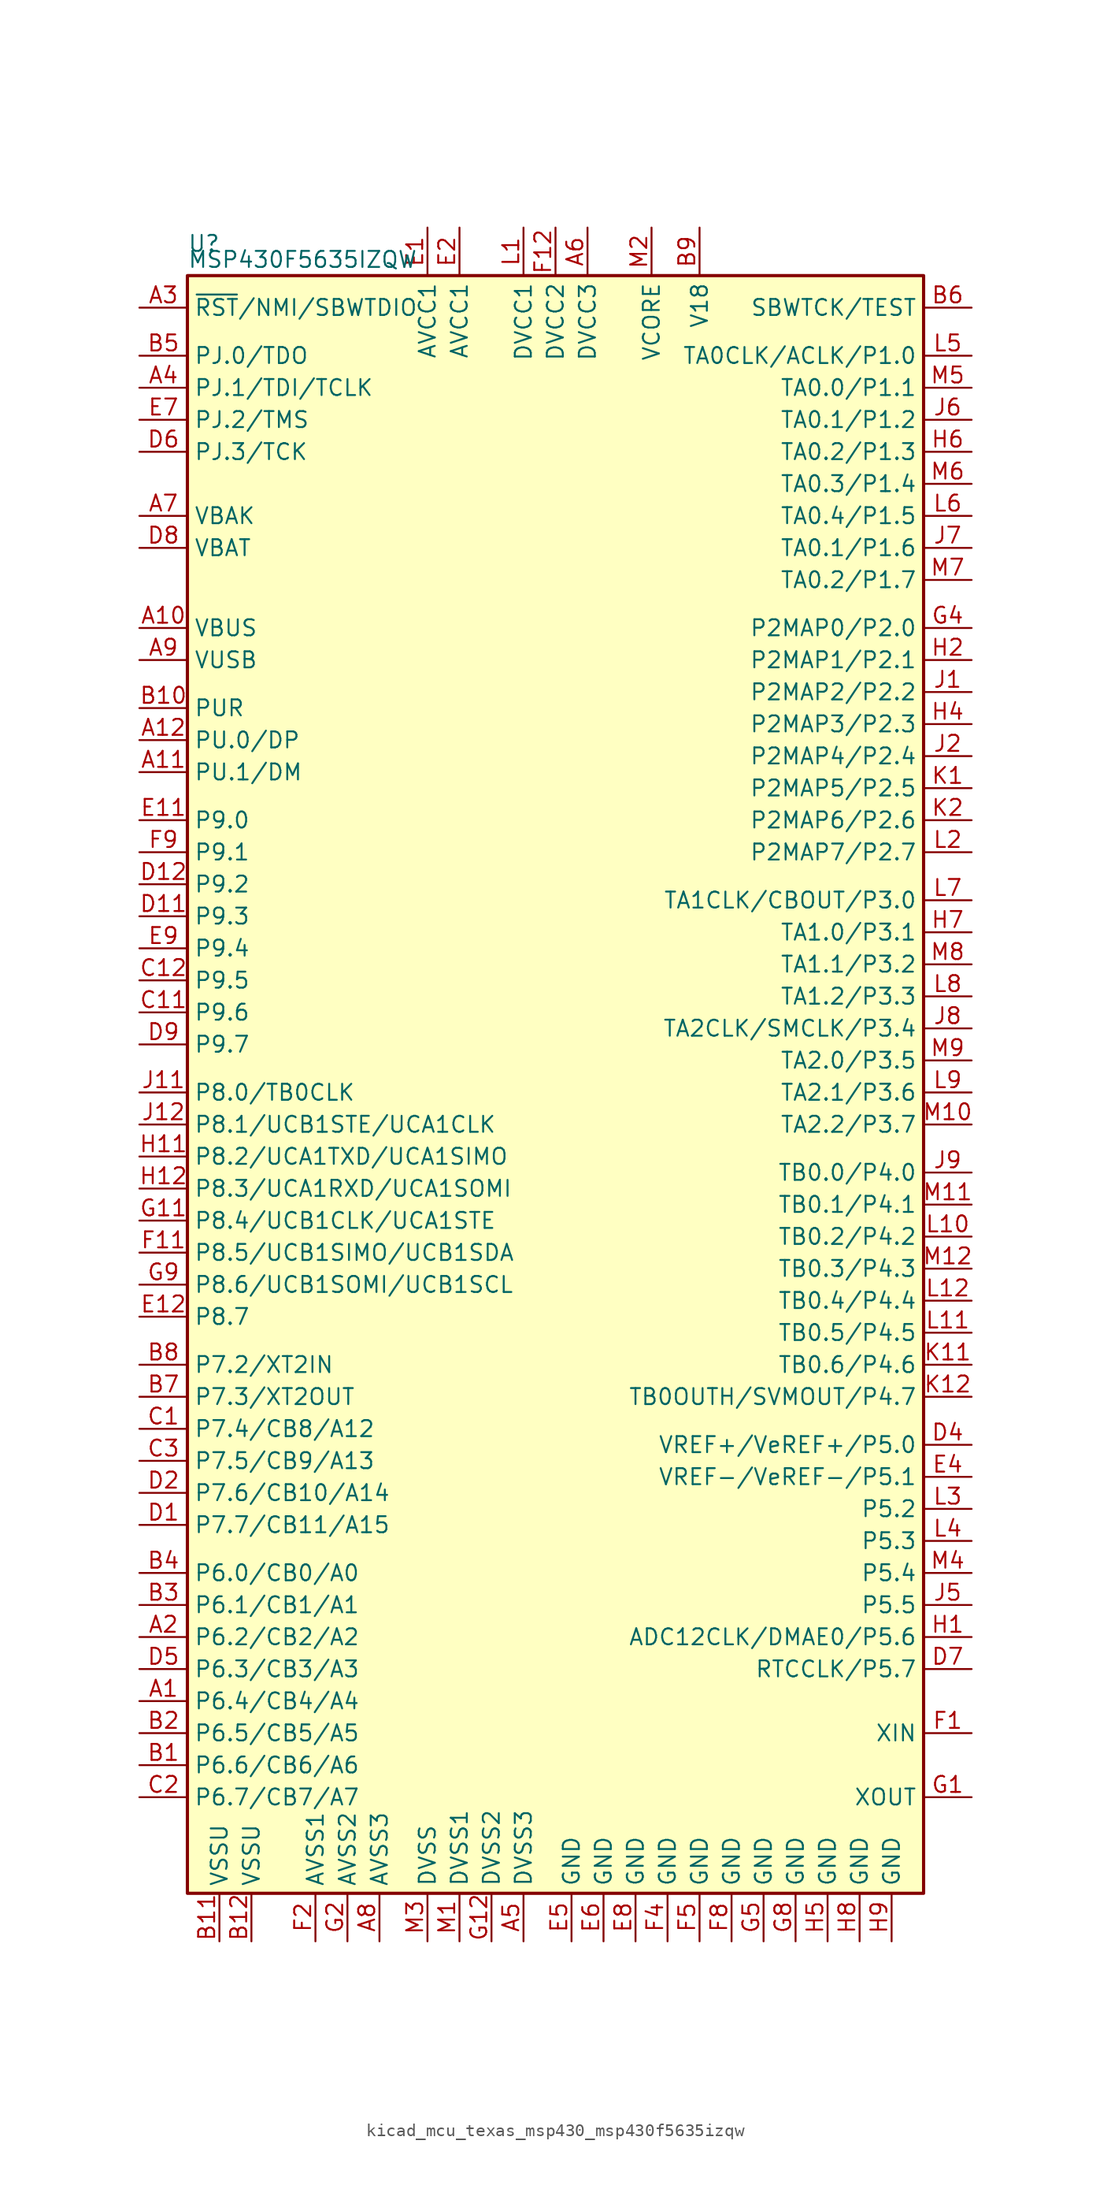
<source format=kicad_sym>
(kicad_symbol_lib
  (version 20220914)
  (generator kicad_symbol_editor)
  (symbol "kicad_mcu_texas_msp430_msp430f5635izqw"
    (property "Reference" "U"
      (at -29.21 66.04 0)
      (effects (font (size 1.27 1.27)) (justify left)))
    (property "Value" "MSP430F5635IZQW"
      (at -29.21 64.77 0)
      (effects (font (size 1.27 1.27)) (justify left)))
    (symbol "kicad_mcu_texas_msp430_msp430f5635izqw_0_1"
      (rectangle (start -29.21 63.5) (end 29.21 -64.77) (stroke (width 0.254) (type default)) (fill (type background))))
    (symbol "kicad_mcu_texas_msp430_msp430f5635izqw_1_1"
      (pin bidirectional line (at -33.02 -49.53 0) (length 3.81) (name "P6.4/CB4/A4" (effects (font (size 1.27 1.27)))) (number "A1" (effects (font (size 1.27 1.27)))))
      (pin bidirectional line (at -33.02 35.56 0) (length 3.81) (name "VBUS" (effects (font (size 1.27 1.27)))) (number "A10" (effects (font (size 1.27 1.27)))))
      (pin bidirectional line (at -33.02 24.13 0) (length 3.81) (name "PU.1/DM" (effects (font (size 1.27 1.27)))) (number "A11" (effects (font (size 1.27 1.27)))))
      (pin bidirectional line (at -33.02 26.67 0) (length 3.81) (name "PU.0/DP" (effects (font (size 1.27 1.27)))) (number "A12" (effects (font (size 1.27 1.27)))))
      (pin bidirectional line (at -33.02 -44.45 0) (length 3.81) (name "P6.2/CB2/A2" (effects (font (size 1.27 1.27)))) (number "A2" (effects (font (size 1.27 1.27)))))
      (pin input line (at -33.02 60.96 0) (length 3.81) (name "~{RST}/NMI/SBWTDIO" (effects (font (size 1.27 1.27)))) (number "A3" (effects (font (size 1.27 1.27)))))
      (pin bidirectional line (at -33.02 54.61 0) (length 3.81) (name "PJ.1/TDI/TCLK" (effects (font (size 1.27 1.27)))) (number "A4" (effects (font (size 1.27 1.27)))))
      (pin power_in line (at -2.54 -68.58 90) (length 3.81) (name "DVSS3" (effects (font (size 1.27 1.27)))) (number "A5" (effects (font (size 1.27 1.27)))))
      (pin power_in line (at 2.54 67.31 270) (length 3.81) (name "DVCC3" (effects (font (size 1.27 1.27)))) (number "A6" (effects (font (size 1.27 1.27)))))
      (pin bidirectional line (at -33.02 44.45 0) (length 3.81) (name "VBAK" (effects (font (size 1.27 1.27)))) (number "A7" (effects (font (size 1.27 1.27)))))
      (pin power_in line (at -13.97 -68.58 90) (length 3.81) (name "AVSS3" (effects (font (size 1.27 1.27)))) (number "A8" (effects (font (size 1.27 1.27)))))
      (pin bidirectional line (at -33.02 33.02 0) (length 3.81) (name "VUSB" (effects (font (size 1.27 1.27)))) (number "A9" (effects (font (size 1.27 1.27)))))
      (pin bidirectional line (at -33.02 -54.61 0) (length 3.81) (name "P6.6/CB6/A6" (effects (font (size 1.27 1.27)))) (number "B1" (effects (font (size 1.27 1.27)))))
      (pin bidirectional line (at -33.02 29.21 0) (length 3.81) (name "PUR" (effects (font (size 1.27 1.27)))) (number "B10" (effects (font (size 1.27 1.27)))))
      (pin power_in line (at -26.67 -68.58 90) (length 3.81) (name "VSSU" (effects (font (size 1.27 1.27)))) (number "B11" (effects (font (size 1.27 1.27)))))
      (pin power_in line (at -24.13 -68.58 90) (length 3.81) (name "VSSU" (effects (font (size 1.27 1.27)))) (number "B12" (effects (font (size 1.27 1.27)))))
      (pin bidirectional line (at -33.02 -52.07 0) (length 3.81) (name "P6.5/CB5/A5" (effects (font (size 1.27 1.27)))) (number "B2" (effects (font (size 1.27 1.27)))))
      (pin bidirectional line (at -33.02 -41.91 0) (length 3.81) (name "P6.1/CB1/A1" (effects (font (size 1.27 1.27)))) (number "B3" (effects (font (size 1.27 1.27)))))
      (pin bidirectional line (at -33.02 -39.37 0) (length 3.81) (name "P6.0/CB0/A0" (effects (font (size 1.27 1.27)))) (number "B4" (effects (font (size 1.27 1.27)))))
      (pin bidirectional line (at -33.02 57.15 0) (length 3.81) (name "PJ.0/TDO" (effects (font (size 1.27 1.27)))) (number "B5" (effects (font (size 1.27 1.27)))))
      (pin input line (at 33.02 60.96 180) (length 3.81) (name "SBWTCK/TEST" (effects (font (size 1.27 1.27)))) (number "B6" (effects (font (size 1.27 1.27)))))
      (pin bidirectional line (at -33.02 -25.4 0) (length 3.81) (name "P7.3/XT2OUT" (effects (font (size 1.27 1.27)))) (number "B7" (effects (font (size 1.27 1.27)))))
      (pin bidirectional line (at -33.02 -22.86 0) (length 3.81) (name "P7.2/XT2IN" (effects (font (size 1.27 1.27)))) (number "B8" (effects (font (size 1.27 1.27)))))
      (pin passive line (at 11.43 67.31 270) (length 3.81) (name "V18" (effects (font (size 1.27 1.27)))) (number "B9" (effects (font (size 1.27 1.27)))))
      (pin bidirectional line (at -33.02 -27.94 0) (length 3.81) (name "P7.4/CB8/A12" (effects (font (size 1.27 1.27)))) (number "C1" (effects (font (size 1.27 1.27)))))
      (pin bidirectional line (at -33.02 5.08 0) (length 3.81) (name "P9.6" (effects (font (size 1.27 1.27)))) (number "C11" (effects (font (size 1.27 1.27)))))
      (pin bidirectional line (at -33.02 7.62 0) (length 3.81) (name "P9.5" (effects (font (size 1.27 1.27)))) (number "C12" (effects (font (size 1.27 1.27)))))
      (pin bidirectional line (at -33.02 -57.15 0) (length 3.81) (name "P6.7/CB7/A7" (effects (font (size 1.27 1.27)))) (number "C2" (effects (font (size 1.27 1.27)))))
      (pin bidirectional line (at -33.02 -30.48 0) (length 3.81) (name "P7.5/CB9/A13" (effects (font (size 1.27 1.27)))) (number "C3" (effects (font (size 1.27 1.27)))))
      (pin bidirectional line (at -33.02 -35.56 0) (length 3.81) (name "P7.7/CB11/A15" (effects (font (size 1.27 1.27)))) (number "D1" (effects (font (size 1.27 1.27)))))
      (pin bidirectional line (at -33.02 12.7 0) (length 3.81) (name "P9.3" (effects (font (size 1.27 1.27)))) (number "D11" (effects (font (size 1.27 1.27)))))
      (pin bidirectional line (at -33.02 15.24 0) (length 3.81) (name "P9.2" (effects (font (size 1.27 1.27)))) (number "D12" (effects (font (size 1.27 1.27)))))
      (pin bidirectional line (at -33.02 -33.02 0) (length 3.81) (name "P7.6/CB10/A14" (effects (font (size 1.27 1.27)))) (number "D2" (effects (font (size 1.27 1.27)))))
      (pin bidirectional line (at 33.02 -29.21 180) (length 3.81) (name "VREF+/VeREF+/P5.0" (effects (font (size 1.27 1.27)))) (number "D4" (effects (font (size 1.27 1.27)))))
      (pin bidirectional line (at -33.02 -46.99 0) (length 3.81) (name "P6.3/CB3/A3" (effects (font (size 1.27 1.27)))) (number "D5" (effects (font (size 1.27 1.27)))))
      (pin bidirectional line (at -33.02 49.53 0) (length 3.81) (name "PJ.3/TCK" (effects (font (size 1.27 1.27)))) (number "D6" (effects (font (size 1.27 1.27)))))
      (pin bidirectional line (at 33.02 -46.99 180) (length 3.81) (name "RTCCLK/P5.7" (effects (font (size 1.27 1.27)))) (number "D7" (effects (font (size 1.27 1.27)))))
      (pin bidirectional line (at -33.02 41.91 0) (length 3.81) (name "VBAT" (effects (font (size 1.27 1.27)))) (number "D8" (effects (font (size 1.27 1.27)))))
      (pin bidirectional line (at -33.02 2.54 0) (length 3.81) (name "P9.7" (effects (font (size 1.27 1.27)))) (number "D9" (effects (font (size 1.27 1.27)))))
      (pin power_in line (at -10.16 67.31 270) (length 3.81) (name "AVCC1" (effects (font (size 1.27 1.27)))) (number "E1" (effects (font (size 1.27 1.27)))))
      (pin bidirectional line (at -33.02 20.32 0) (length 3.81) (name "P9.0" (effects (font (size 1.27 1.27)))) (number "E11" (effects (font (size 1.27 1.27)))))
      (pin bidirectional line (at -33.02 -19.05 0) (length 3.81) (name "P8.7" (effects (font (size 1.27 1.27)))) (number "E12" (effects (font (size 1.27 1.27)))))
      (pin power_in line (at -7.62 67.31 270) (length 3.81) (name "AVCC1" (effects (font (size 1.27 1.27)))) (number "E2" (effects (font (size 1.27 1.27)))))
      (pin bidirectional line (at 33.02 -31.75 180) (length 3.81) (name "VREF-/VeREF-/P5.1" (effects (font (size 1.27 1.27)))) (number "E4" (effects (font (size 1.27 1.27)))))
      (pin power_in line (at 1.27 -68.58 90) (length 3.81) (name "GND" (effects (font (size 1.27 1.27)))) (number "E5" (effects (font (size 1.27 1.27)))))
      (pin power_in line (at 3.81 -68.58 90) (length 3.81) (name "GND" (effects (font (size 1.27 1.27)))) (number "E6" (effects (font (size 1.27 1.27)))))
      (pin bidirectional line (at -33.02 52.07 0) (length 3.81) (name "PJ.2/TMS" (effects (font (size 1.27 1.27)))) (number "E7" (effects (font (size 1.27 1.27)))))
      (pin power_in line (at 6.35 -68.58 90) (length 3.81) (name "GND" (effects (font (size 1.27 1.27)))) (number "E8" (effects (font (size 1.27 1.27)))))
      (pin bidirectional line (at -33.02 10.16 0) (length 3.81) (name "P9.4" (effects (font (size 1.27 1.27)))) (number "E9" (effects (font (size 1.27 1.27)))))
      (pin bidirectional line (at 33.02 -52.07 180) (length 3.81) (name "XIN" (effects (font (size 1.27 1.27)))) (number "F1" (effects (font (size 1.27 1.27)))))
      (pin bidirectional line (at -33.02 -13.97 0) (length 3.81) (name "P8.5/UCB1SIMO/UCB1SDA" (effects (font (size 1.27 1.27)))) (number "F11" (effects (font (size 1.27 1.27)))))
      (pin power_in line (at 0 67.31 270) (length 3.81) (name "DVCC2" (effects (font (size 1.27 1.27)))) (number "F12" (effects (font (size 1.27 1.27)))))
      (pin power_in line (at -19.05 -68.58 90) (length 3.81) (name "AVSS1" (effects (font (size 1.27 1.27)))) (number "F2" (effects (font (size 1.27 1.27)))))
      (pin power_in line (at 8.89 -68.58 90) (length 3.81) (name "GND" (effects (font (size 1.27 1.27)))) (number "F4" (effects (font (size 1.27 1.27)))))
      (pin power_in line (at 11.43 -68.58 90) (length 3.81) (name "GND" (effects (font (size 1.27 1.27)))) (number "F5" (effects (font (size 1.27 1.27)))))
      (pin power_in line (at 13.97 -68.58 90) (length 3.81) (name "GND" (effects (font (size 1.27 1.27)))) (number "F8" (effects (font (size 1.27 1.27)))))
      (pin bidirectional line (at -33.02 17.78 0) (length 3.81) (name "P9.1" (effects (font (size 1.27 1.27)))) (number "F9" (effects (font (size 1.27 1.27)))))
      (pin bidirectional line (at 33.02 -57.15 180) (length 3.81) (name "XOUT" (effects (font (size 1.27 1.27)))) (number "G1" (effects (font (size 1.27 1.27)))))
      (pin bidirectional line (at -33.02 -11.43 0) (length 3.81) (name "P8.4/UCB1CLK/UCA1STE" (effects (font (size 1.27 1.27)))) (number "G11" (effects (font (size 1.27 1.27)))))
      (pin power_in line (at -5.08 -68.58 90) (length 3.81) (name "DVSS2" (effects (font (size 1.27 1.27)))) (number "G12" (effects (font (size 1.27 1.27)))))
      (pin power_in line (at -16.51 -68.58 90) (length 3.81) (name "AVSS2" (effects (font (size 1.27 1.27)))) (number "G2" (effects (font (size 1.27 1.27)))))
      (pin bidirectional line (at 33.02 35.56 180) (length 3.81) (name "P2MAP0/P2.0" (effects (font (size 1.27 1.27)))) (number "G4" (effects (font (size 1.27 1.27)))))
      (pin power_in line (at 16.51 -68.58 90) (length 3.81) (name "GND" (effects (font (size 1.27 1.27)))) (number "G5" (effects (font (size 1.27 1.27)))))
      (pin power_in line (at 19.05 -68.58 90) (length 3.81) (name "GND" (effects (font (size 1.27 1.27)))) (number "G8" (effects (font (size 1.27 1.27)))))
      (pin bidirectional line (at -33.02 -16.51 0) (length 3.81) (name "P8.6/UCB1SOMI/UCB1SCL" (effects (font (size 1.27 1.27)))) (number "G9" (effects (font (size 1.27 1.27)))))
      (pin bidirectional line (at 33.02 -44.45 180) (length 3.81) (name "ADC12CLK/DMAE0/P5.6" (effects (font (size 1.27 1.27)))) (number "H1" (effects (font (size 1.27 1.27)))))
      (pin bidirectional line (at -33.02 -6.35 0) (length 3.81) (name "P8.2/UCA1TXD/UCA1SIMO" (effects (font (size 1.27 1.27)))) (number "H11" (effects (font (size 1.27 1.27)))))
      (pin bidirectional line (at -33.02 -8.89 0) (length 3.81) (name "P8.3/UCA1RXD/UCA1SOMI" (effects (font (size 1.27 1.27)))) (number "H12" (effects (font (size 1.27 1.27)))))
      (pin bidirectional line (at 33.02 33.02 180) (length 3.81) (name "P2MAP1/P2.1" (effects (font (size 1.27 1.27)))) (number "H2" (effects (font (size 1.27 1.27)))))
      (pin bidirectional line (at 33.02 27.94 180) (length 3.81) (name "P2MAP3/P2.3" (effects (font (size 1.27 1.27)))) (number "H4" (effects (font (size 1.27 1.27)))))
      (pin power_in line (at 21.59 -68.58 90) (length 3.81) (name "GND" (effects (font (size 1.27 1.27)))) (number "H5" (effects (font (size 1.27 1.27)))))
      (pin bidirectional line (at 33.02 49.53 180) (length 3.81) (name "TA0.2/P1.3" (effects (font (size 1.27 1.27)))) (number "H6" (effects (font (size 1.27 1.27)))))
      (pin bidirectional line (at 33.02 11.43 180) (length 3.81) (name "TA1.0/P3.1" (effects (font (size 1.27 1.27)))) (number "H7" (effects (font (size 1.27 1.27)))))
      (pin power_in line (at 24.13 -68.58 90) (length 3.81) (name "GND" (effects (font (size 1.27 1.27)))) (number "H8" (effects (font (size 1.27 1.27)))))
      (pin power_in line (at 26.67 -68.58 90) (length 3.81) (name "GND" (effects (font (size 1.27 1.27)))) (number "H9" (effects (font (size 1.27 1.27)))))
      (pin bidirectional line (at 33.02 30.48 180) (length 3.81) (name "P2MAP2/P2.2" (effects (font (size 1.27 1.27)))) (number "J1" (effects (font (size 1.27 1.27)))))
      (pin bidirectional line (at -33.02 -1.27 0) (length 3.81) (name "P8.0/TB0CLK" (effects (font (size 1.27 1.27)))) (number "J11" (effects (font (size 1.27 1.27)))))
      (pin bidirectional line (at -33.02 -3.81 0) (length 3.81) (name "P8.1/UCB1STE/UCA1CLK" (effects (font (size 1.27 1.27)))) (number "J12" (effects (font (size 1.27 1.27)))))
      (pin bidirectional line (at 33.02 25.4 180) (length 3.81) (name "P2MAP4/P2.4" (effects (font (size 1.27 1.27)))) (number "J2" (effects (font (size 1.27 1.27)))))
      (pin bidirectional line (at 33.02 -41.91 180) (length 3.81) (name "P5.5" (effects (font (size 1.27 1.27)))) (number "J5" (effects (font (size 1.27 1.27)))))
      (pin bidirectional line (at 33.02 52.07 180) (length 3.81) (name "TA0.1/P1.2" (effects (font (size 1.27 1.27)))) (number "J6" (effects (font (size 1.27 1.27)))))
      (pin bidirectional line (at 33.02 41.91 180) (length 3.81) (name "TA0.1/P1.6" (effects (font (size 1.27 1.27)))) (number "J7" (effects (font (size 1.27 1.27)))))
      (pin bidirectional line (at 33.02 3.81 180) (length 3.81) (name "TA2CLK/SMCLK/P3.4" (effects (font (size 1.27 1.27)))) (number "J8" (effects (font (size 1.27 1.27)))))
      (pin bidirectional line (at 33.02 -7.62 180) (length 3.81) (name "TB0.0/P4.0" (effects (font (size 1.27 1.27)))) (number "J9" (effects (font (size 1.27 1.27)))))
      (pin bidirectional line (at 33.02 22.86 180) (length 3.81) (name "P2MAP5/P2.5" (effects (font (size 1.27 1.27)))) (number "K1" (effects (font (size 1.27 1.27)))))
      (pin bidirectional line (at 33.02 -22.86 180) (length 3.81) (name "TB0.6/P4.6" (effects (font (size 1.27 1.27)))) (number "K11" (effects (font (size 1.27 1.27)))))
      (pin bidirectional line (at 33.02 -25.4 180) (length 3.81) (name "TB0OUTH/SVMOUT/P4.7" (effects (font (size 1.27 1.27)))) (number "K12" (effects (font (size 1.27 1.27)))))
      (pin bidirectional line (at 33.02 20.32 180) (length 3.81) (name "P2MAP6/P2.6" (effects (font (size 1.27 1.27)))) (number "K2" (effects (font (size 1.27 1.27)))))
      (pin power_in line (at -2.54 67.31 270) (length 3.81) (name "DVCC1" (effects (font (size 1.27 1.27)))) (number "L1" (effects (font (size 1.27 1.27)))))
      (pin bidirectional line (at 33.02 -12.7 180) (length 3.81) (name "TB0.2/P4.2" (effects (font (size 1.27 1.27)))) (number "L10" (effects (font (size 1.27 1.27)))))
      (pin bidirectional line (at 33.02 -20.32 180) (length 3.81) (name "TB0.5/P4.5" (effects (font (size 1.27 1.27)))) (number "L11" (effects (font (size 1.27 1.27)))))
      (pin bidirectional line (at 33.02 -17.78 180) (length 3.81) (name "TB0.4/P4.4" (effects (font (size 1.27 1.27)))) (number "L12" (effects (font (size 1.27 1.27)))))
      (pin bidirectional line (at 33.02 17.78 180) (length 3.81) (name "P2MAP7/P2.7" (effects (font (size 1.27 1.27)))) (number "L2" (effects (font (size 1.27 1.27)))))
      (pin bidirectional line (at 33.02 -34.29 180) (length 3.81) (name "P5.2" (effects (font (size 1.27 1.27)))) (number "L3" (effects (font (size 1.27 1.27)))))
      (pin bidirectional line (at 33.02 -36.83 180) (length 3.81) (name "P5.3" (effects (font (size 1.27 1.27)))) (number "L4" (effects (font (size 1.27 1.27)))))
      (pin bidirectional line (at 33.02 57.15 180) (length 3.81) (name "TA0CLK/ACLK/P1.0" (effects (font (size 1.27 1.27)))) (number "L5" (effects (font (size 1.27 1.27)))))
      (pin bidirectional line (at 33.02 44.45 180) (length 3.81) (name "TA0.4/P1.5" (effects (font (size 1.27 1.27)))) (number "L6" (effects (font (size 1.27 1.27)))))
      (pin bidirectional line (at 33.02 13.97 180) (length 3.81) (name "TA1CLK/CBOUT/P3.0" (effects (font (size 1.27 1.27)))) (number "L7" (effects (font (size 1.27 1.27)))))
      (pin bidirectional line (at 33.02 6.35 180) (length 3.81) (name "TA1.2/P3.3" (effects (font (size 1.27 1.27)))) (number "L8" (effects (font (size 1.27 1.27)))))
      (pin bidirectional line (at 33.02 -1.27 180) (length 3.81) (name "TA2.1/P3.6" (effects (font (size 1.27 1.27)))) (number "L9" (effects (font (size 1.27 1.27)))))
      (pin power_in line (at -7.62 -68.58 90) (length 3.81) (name "DVSS1" (effects (font (size 1.27 1.27)))) (number "M1" (effects (font (size 1.27 1.27)))))
      (pin bidirectional line (at 33.02 -3.81 180) (length 3.81) (name "TA2.2/P3.7" (effects (font (size 1.27 1.27)))) (number "M10" (effects (font (size 1.27 1.27)))))
      (pin bidirectional line (at 33.02 -10.16 180) (length 3.81) (name "TB0.1/P4.1" (effects (font (size 1.27 1.27)))) (number "M11" (effects (font (size 1.27 1.27)))))
      (pin bidirectional line (at 33.02 -15.24 180) (length 3.81) (name "TB0.3/P4.3" (effects (font (size 1.27 1.27)))) (number "M12" (effects (font (size 1.27 1.27)))))
      (pin bidirectional line (at 7.62 67.31 270) (length 3.81) (name "VCORE" (effects (font (size 1.27 1.27)))) (number "M2" (effects (font (size 1.27 1.27)))))
      (pin power_in line (at -10.16 -68.58 90) (length 3.81) (name "DVSS" (effects (font (size 1.27 1.27)))) (number "M3" (effects (font (size 1.27 1.27)))))
      (pin bidirectional line (at 33.02 -39.37 180) (length 3.81) (name "P5.4" (effects (font (size 1.27 1.27)))) (number "M4" (effects (font (size 1.27 1.27)))))
      (pin bidirectional line (at 33.02 54.61 180) (length 3.81) (name "TA0.0/P1.1" (effects (font (size 1.27 1.27)))) (number "M5" (effects (font (size 1.27 1.27)))))
      (pin bidirectional line (at 33.02 46.99 180) (length 3.81) (name "TA0.3/P1.4" (effects (font (size 1.27 1.27)))) (number "M6" (effects (font (size 1.27 1.27)))))
      (pin bidirectional line (at 33.02 39.37 180) (length 3.81) (name "TA0.2/P1.7" (effects (font (size 1.27 1.27)))) (number "M7" (effects (font (size 1.27 1.27)))))
      (pin bidirectional line (at 33.02 8.89 180) (length 3.81) (name "TA1.1/P3.2" (effects (font (size 1.27 1.27)))) (number "M8" (effects (font (size 1.27 1.27)))))
      (pin bidirectional line (at 33.02 1.27 180) (length 3.81) (name "TA2.0/P3.5" (effects (font (size 1.27 1.27)))) (number "M9" (effects (font (size 1.27 1.27))))))))
</source>
